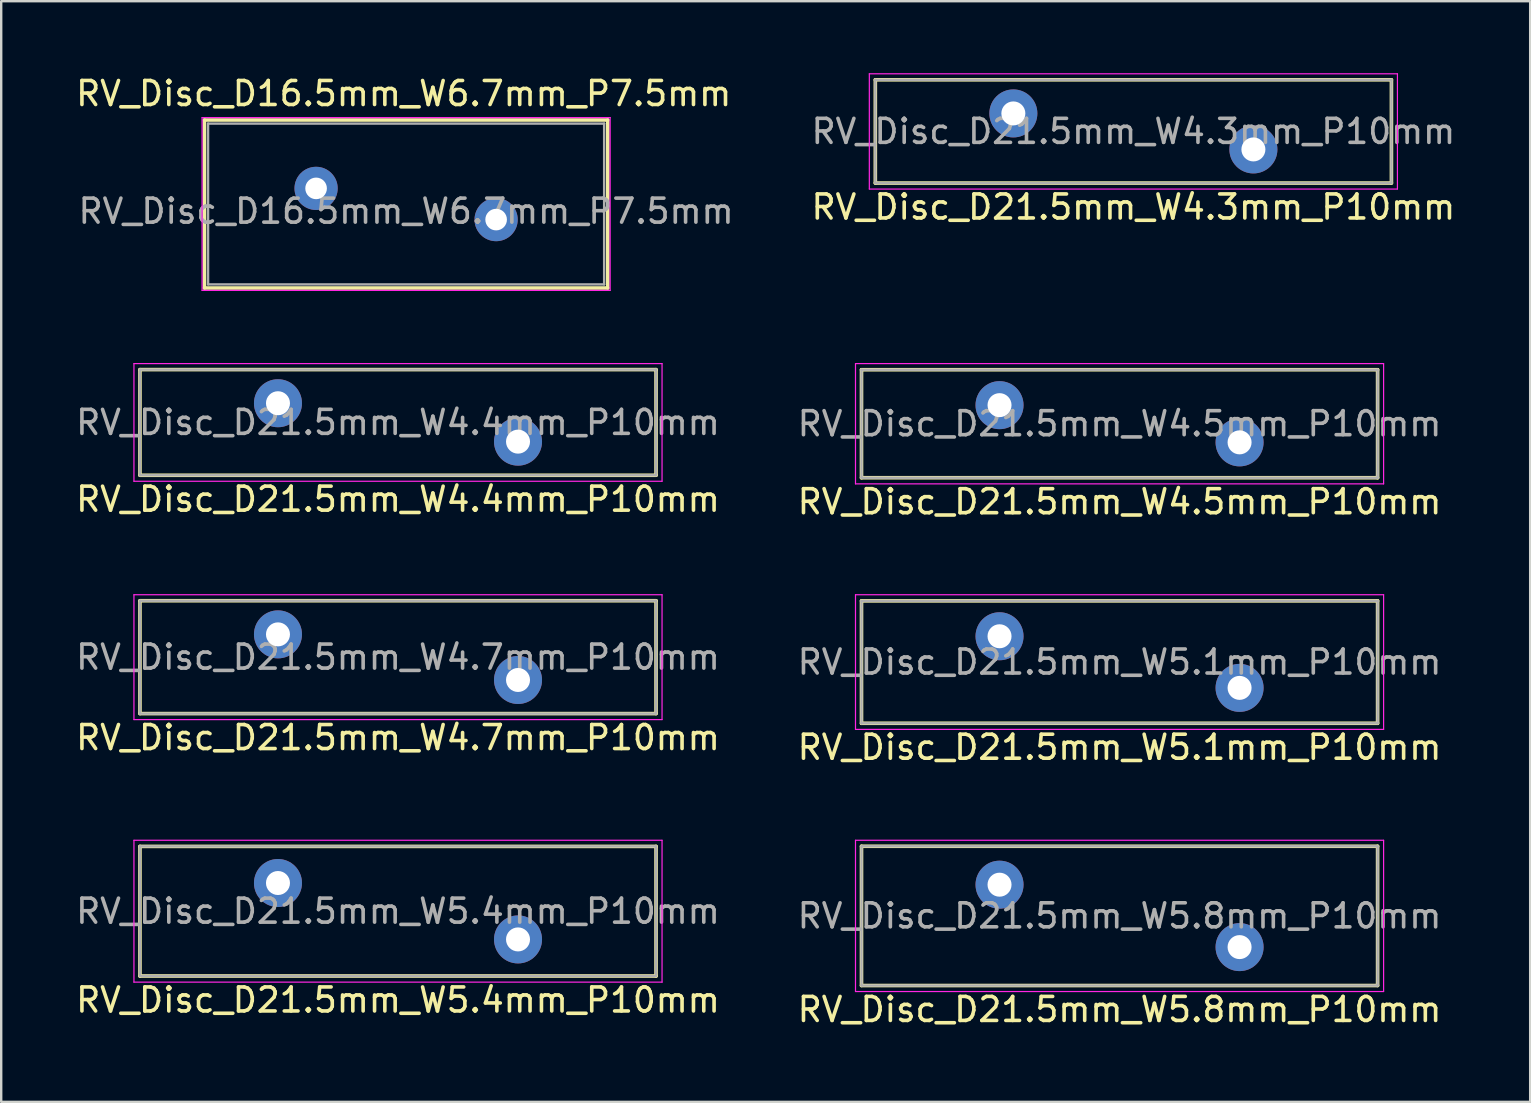
<source format=kicad_pcb>
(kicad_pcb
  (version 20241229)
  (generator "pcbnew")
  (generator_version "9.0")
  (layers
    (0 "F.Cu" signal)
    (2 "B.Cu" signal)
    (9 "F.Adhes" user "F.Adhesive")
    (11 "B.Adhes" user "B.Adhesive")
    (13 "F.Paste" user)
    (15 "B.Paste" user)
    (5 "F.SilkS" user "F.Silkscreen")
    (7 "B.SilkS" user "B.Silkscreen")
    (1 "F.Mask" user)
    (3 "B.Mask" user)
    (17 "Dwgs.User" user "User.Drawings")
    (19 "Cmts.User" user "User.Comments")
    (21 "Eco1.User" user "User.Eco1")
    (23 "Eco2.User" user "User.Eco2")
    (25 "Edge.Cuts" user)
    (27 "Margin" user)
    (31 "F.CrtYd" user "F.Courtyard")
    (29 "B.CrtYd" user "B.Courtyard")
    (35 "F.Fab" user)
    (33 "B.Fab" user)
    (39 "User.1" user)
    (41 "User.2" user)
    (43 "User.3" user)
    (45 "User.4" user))
  (footprint "RV_Disc_D21.5mm_W4.4mm_P10mm"
    (layer "F.Cu")
    (at 8.53 13.748)
    (property "Reference" "RV_Disc_D21.5mm_W4.4mm_P10mm" (at 5 4 0) (layer "F.SilkS") (effects (font (size 1 1) (thickness 0.15))))
    (attr through_hole)
    (fp_line (start -5.75 -1.4) (end -5.75 3) (stroke (width 0.15) (type solid)) (layer "F.SilkS"))
    (fp_line (start -5.75 -1.4) (end 15.75 -1.4) (stroke (width 0.15) (type solid)) (layer "F.SilkS"))
    (fp_line (start -5.75 3) (end 15.75 3) (stroke (width 0.15) (type solid)) (layer "F.SilkS"))
    (fp_line (start 15.75 -1.4) (end 15.75 3) (stroke (width 0.15) (type solid)) (layer "F.SilkS"))
    (fp_line (start -6 -1.65) (end -6 3.25) (stroke (width 0.05) (type solid)) (layer "F.CrtYd"))
    (fp_line (start -6 -1.65) (end 16 -1.65) (stroke (width 0.05) (type solid)) (layer "F.CrtYd"))
    (fp_line (start -6 3.25) (end 16 3.25) (stroke (width 0.05) (type solid)) (layer "F.CrtYd"))
    (fp_line (start 16 -1.65) (end 16 3.25) (stroke (width 0.05) (type solid)) (layer "F.CrtYd"))
    (fp_line (start -5.75 -1.4) (end -5.75 3) (stroke (width 0.1) (type solid)) (layer "F.Fab"))
    (fp_line (start -5.75 -1.4) (end 15.75 -1.4) (stroke (width 0.1) (type solid)) (layer "F.Fab"))
    (fp_line (start -5.75 3) (end 15.75 3) (stroke (width 0.1) (type solid)) (layer "F.Fab"))
    (fp_line (start 15.75 -1.4) (end 15.75 3) (stroke (width 0.1) (type solid)) (layer "F.Fab"))
    (fp_text user "${REFERENCE}" (at 5 0.8 0) (layer "F.Fab") (effects (font (size 1 1) (thickness 0.15))))
    (pad "1" thru_hole circle (at 0 0) (size 2 2) (drill 1) (layers "*.Cu" "*.Mask"))
    (pad "2" thru_hole circle (at 10 1.6) (size 2 2) (drill 1) (layers "*.Cu" "*.Mask")))
  (footprint "RV_Disc_D21.5mm_W5.8mm_P10mm"
    (layer "F.Cu")
    (at 38.589 33.805)
    (property "Reference" "RV_Disc_D21.5mm_W5.8mm_P10mm" (at 5 5.2 0) (layer "F.SilkS") (effects (font (size 1 1) (thickness 0.15))))
    (attr through_hole)
    (fp_line (start -5.75 -1.6) (end -5.75 4.2) (stroke (width 0.15) (type solid)) (layer "F.SilkS"))
    (fp_line (start -5.75 -1.6) (end 15.75 -1.6) (stroke (width 0.15) (type solid)) (layer "F.SilkS"))
    (fp_line (start -5.75 4.2) (end 15.75 4.2) (stroke (width 0.15) (type solid)) (layer "F.SilkS"))
    (fp_line (start 15.75 -1.6) (end 15.75 4.2) (stroke (width 0.15) (type solid)) (layer "F.SilkS"))
    (fp_line (start -6 -1.85) (end -6 4.45) (stroke (width 0.05) (type solid)) (layer "F.CrtYd"))
    (fp_line (start -6 -1.85) (end 16 -1.85) (stroke (width 0.05) (type solid)) (layer "F.CrtYd"))
    (fp_line (start -6 4.45) (end 16 4.45) (stroke (width 0.05) (type solid)) (layer "F.CrtYd"))
    (fp_line (start 16 -1.85) (end 16 4.45) (stroke (width 0.05) (type solid)) (layer "F.CrtYd"))
    (fp_line (start -5.75 -1.6) (end -5.75 4.2) (stroke (width 0.1) (type solid)) (layer "F.Fab"))
    (fp_line (start -5.75 -1.6) (end 15.75 -1.6) (stroke (width 0.1) (type solid)) (layer "F.Fab"))
    (fp_line (start -5.75 4.2) (end 15.75 4.2) (stroke (width 0.1) (type solid)) (layer "F.Fab"))
    (fp_line (start 15.75 -1.6) (end 15.75 4.2) (stroke (width 0.1) (type solid)) (layer "F.Fab"))
    (fp_text user "${REFERENCE}" (at 5 1.3 0) (layer "F.Fab") (effects (font (size 1 1) (thickness 0.15))))
    (pad "1" thru_hole circle (at 0 0) (size 2 2) (drill 1) (layers "*.Cu" "*.Mask"))
    (pad "2" thru_hole circle (at 10 2.6) (size 2 2) (drill 1) (layers "*.Cu" "*.Mask")))
  (footprint "RV_Disc_D21.5mm_W5.4mm_P10mm"
    (layer "F.Cu")
    (at 8.53 33.735)
    (property "Reference" "RV_Disc_D21.5mm_W5.4mm_P10mm" (at 5 4.875 0) (layer "F.SilkS") (effects (font (size 1 1) (thickness 0.15))))
    (attr through_hole)
    (fp_line (start -5.75 -1.525) (end -5.75 3.875) (stroke (width 0.15) (type solid)) (layer "F.SilkS"))
    (fp_line (start -5.75 -1.525) (end 15.75 -1.525) (stroke (width 0.15) (type solid)) (layer "F.SilkS"))
    (fp_line (start -5.75 3.875) (end 15.75 3.875) (stroke (width 0.15) (type solid)) (layer "F.SilkS"))
    (fp_line (start 15.75 -1.525) (end 15.75 3.875) (stroke (width 0.15) (type solid)) (layer "F.SilkS"))
    (fp_line (start -6 -1.78) (end -6 4.13) (stroke (width 0.05) (type solid)) (layer "F.CrtYd"))
    (fp_line (start -6 -1.78) (end 16 -1.78) (stroke (width 0.05) (type solid)) (layer "F.CrtYd"))
    (fp_line (start -6 4.13) (end 16 4.13) (stroke (width 0.05) (type solid)) (layer "F.CrtYd"))
    (fp_line (start 16 -1.78) (end 16 4.13) (stroke (width 0.05) (type solid)) (layer "F.CrtYd"))
    (fp_line (start -5.75 -1.525) (end -5.75 3.875) (stroke (width 0.1) (type solid)) (layer "F.Fab"))
    (fp_line (start -5.75 -1.525) (end 15.75 -1.525) (stroke (width 0.1) (type solid)) (layer "F.Fab"))
    (fp_line (start -5.75 3.875) (end 15.75 3.875) (stroke (width 0.1) (type solid)) (layer "F.Fab"))
    (fp_line (start 15.75 -1.525) (end 15.75 3.875) (stroke (width 0.1) (type solid)) (layer "F.Fab"))
    (fp_text user "${REFERENCE}" (at 5 1.175 0) (layer "F.Fab") (effects (font (size 1 1) (thickness 0.15))))
    (pad "1" thru_hole circle (at 0 0) (size 2 2) (drill 1) (layers "*.Cu" "*.Mask"))
    (pad "2" thru_hole circle (at 10 2.35) (size 2 2) (drill 1) (layers "*.Cu" "*.Mask")))
  (footprint "RV_Disc_D21.5mm_W5.1mm_P10mm"
    (layer "F.Cu")
    (at 38.589 23.456)
    (property "Reference" "RV_Disc_D21.5mm_W5.1mm_P10mm" (at 5 4.625 0) (layer "F.SilkS") (effects (font (size 1 1) (thickness 0.15))))
    (attr through_hole)
    (fp_line (start -5.75 -1.475) (end -5.75 3.625) (stroke (width 0.15) (type solid)) (layer "F.SilkS"))
    (fp_line (start -5.75 -1.475) (end 15.75 -1.475) (stroke (width 0.15) (type solid)) (layer "F.SilkS"))
    (fp_line (start -5.75 3.625) (end 15.75 3.625) (stroke (width 0.15) (type solid)) (layer "F.SilkS"))
    (fp_line (start 15.75 -1.475) (end 15.75 3.625) (stroke (width 0.15) (type solid)) (layer "F.SilkS"))
    (fp_line (start -6 -1.73) (end -6 3.88) (stroke (width 0.05) (type solid)) (layer "F.CrtYd"))
    (fp_line (start -6 -1.73) (end 16 -1.73) (stroke (width 0.05) (type solid)) (layer "F.CrtYd"))
    (fp_line (start -6 3.88) (end 16 3.88) (stroke (width 0.05) (type solid)) (layer "F.CrtYd"))
    (fp_line (start 16 -1.73) (end 16 3.88) (stroke (width 0.05) (type solid)) (layer "F.CrtYd"))
    (fp_line (start -5.75 -1.475) (end -5.75 3.625) (stroke (width 0.1) (type solid)) (layer "F.Fab"))
    (fp_line (start -5.75 -1.475) (end 15.75 -1.475) (stroke (width 0.1) (type solid)) (layer "F.Fab"))
    (fp_line (start -5.75 3.625) (end 15.75 3.625) (stroke (width 0.1) (type solid)) (layer "F.Fab"))
    (fp_line (start 15.75 -1.475) (end 15.75 3.625) (stroke (width 0.1) (type solid)) (layer "F.Fab"))
    (fp_text user "${REFERENCE}" (at 5 1.075 0) (layer "F.Fab") (effects (font (size 1 1) (thickness 0.15))))
    (pad "1" thru_hole circle (at 0 0) (size 2 2) (drill 1) (layers "*.Cu" "*.Mask"))
    (pad "2" thru_hole circle (at 10 2.15) (size 2 2) (drill 1) (layers "*.Cu" "*.Mask")))
  (footprint "RV_Disc_D21.5mm_W4.5mm_P10mm"
    (layer "F.Cu")
    (at 38.589 13.828)
    (property "Reference" "RV_Disc_D21.5mm_W4.5mm_P10mm" (at 5 4.025 0) (layer "F.SilkS") (effects (font (size 1 1) (thickness 0.15))))
    (attr through_hole)
    (fp_line (start -5.75 -1.475) (end -5.75 3.025) (stroke (width 0.15) (type solid)) (layer "F.SilkS"))
    (fp_line (start -5.75 -1.475) (end 15.75 -1.475) (stroke (width 0.15) (type solid)) (layer "F.SilkS"))
    (fp_line (start -5.75 3.025) (end 15.75 3.025) (stroke (width 0.15) (type solid)) (layer "F.SilkS"))
    (fp_line (start 15.75 -1.475) (end 15.75 3.025) (stroke (width 0.15) (type solid)) (layer "F.SilkS"))
    (fp_line (start -6 -1.73) (end -6 3.28) (stroke (width 0.05) (type solid)) (layer "F.CrtYd"))
    (fp_line (start -6 -1.73) (end 16 -1.73) (stroke (width 0.05) (type solid)) (layer "F.CrtYd"))
    (fp_line (start -6 3.28) (end 16 3.28) (stroke (width 0.05) (type solid)) (layer "F.CrtYd"))
    (fp_line (start 16 -1.73) (end 16 3.28) (stroke (width 0.05) (type solid)) (layer "F.CrtYd"))
    (fp_line (start -5.75 -1.475) (end -5.75 3.025) (stroke (width 0.1) (type solid)) (layer "F.Fab"))
    (fp_line (start -5.75 -1.475) (end 15.75 -1.475) (stroke (width 0.1) (type solid)) (layer "F.Fab"))
    (fp_line (start -5.75 3.025) (end 15.75 3.025) (stroke (width 0.1) (type solid)) (layer "F.Fab"))
    (fp_line (start 15.75 -1.475) (end 15.75 3.025) (stroke (width 0.1) (type solid)) (layer "F.Fab"))
    (fp_text user "${REFERENCE}" (at 5 0.775 0) (layer "F.Fab") (effects (font (size 1 1) (thickness 0.15))))
    (pad "1" thru_hole circle (at 0 0) (size 2 2) (drill 1) (layers "*.Cu" "*.Mask"))
    (pad "2" thru_hole circle (at 10 1.55) (size 2 2) (drill 1) (layers "*.Cu" "*.Mask")))
  (footprint "RV_Disc_D21.5mm_W4.7mm_P10mm"
    (layer "F.Cu")
    (at 8.53 23.377)
    (property "Reference" "RV_Disc_D21.5mm_W4.7mm_P10mm" (at 5 4.3 0) (layer "F.SilkS") (effects (font (size 1 1) (thickness 0.15))))
    (attr through_hole)
    (fp_line (start -5.75 -1.4) (end -5.75 3.3) (stroke (width 0.15) (type solid)) (layer "F.SilkS"))
    (fp_line (start -5.75 -1.4) (end 15.75 -1.4) (stroke (width 0.15) (type solid)) (layer "F.SilkS"))
    (fp_line (start -5.75 3.3) (end 15.75 3.3) (stroke (width 0.15) (type solid)) (layer "F.SilkS"))
    (fp_line (start 15.75 -1.4) (end 15.75 3.3) (stroke (width 0.15) (type solid)) (layer "F.SilkS"))
    (fp_line (start -6 -1.65) (end -6 3.55) (stroke (width 0.05) (type solid)) (layer "F.CrtYd"))
    (fp_line (start -6 -1.65) (end 16 -1.65) (stroke (width 0.05) (type solid)) (layer "F.CrtYd"))
    (fp_line (start -6 3.55) (end 16 3.55) (stroke (width 0.05) (type solid)) (layer "F.CrtYd"))
    (fp_line (start 16 -1.65) (end 16 3.55) (stroke (width 0.05) (type solid)) (layer "F.CrtYd"))
    (fp_line (start -5.75 -1.4) (end -5.75 3.3) (stroke (width 0.1) (type solid)) (layer "F.Fab"))
    (fp_line (start -5.75 -1.4) (end 15.75 -1.4) (stroke (width 0.1) (type solid)) (layer "F.Fab"))
    (fp_line (start -5.75 3.3) (end 15.75 3.3) (stroke (width 0.1) (type solid)) (layer "F.Fab"))
    (fp_line (start 15.75 -1.4) (end 15.75 3.3) (stroke (width 0.1) (type solid)) (layer "F.Fab"))
    (fp_text user "${REFERENCE}" (at 5 0.95 0) (layer "F.Fab") (effects (font (size 1 1) (thickness 0.15))))
    (pad "1" thru_hole circle (at 0 0) (size 2 2) (drill 1) (layers "*.Cu" "*.Mask"))
    (pad "2" thru_hole circle (at 10 1.9) (size 2 2) (drill 1) (layers "*.Cu" "*.Mask")))
  (footprint "RV_Disc_D16.5mm_W6.7mm_P7.5mm"
    (layer "F.Cu")
    (at 10.118 4.798)
    (property "Reference" "RV_Disc_D16.5mm_W6.7mm_P7.5mm" (at 3.65 -3.95 0) (layer "F.SilkS") (effects (font (size 1 1) (thickness 0.15))))
    (attr through_hole)
    (fp_line (start -4.65 -2.85) (end -4.65 4.15) (stroke (width 0.15) (type solid)) (layer "F.SilkS"))
    (fp_line (start -4.65 -2.85) (end 12.15 -2.85) (stroke (width 0.15) (type solid)) (layer "F.SilkS"))
    (fp_line (start -4.65 4.15) (end 12.15 4.15) (stroke (width 0.15) (type solid)) (layer "F.SilkS"))
    (fp_line (start 12.15 -2.85) (end 12.15 4.15) (stroke (width 0.15) (type solid)) (layer "F.SilkS"))
    (fp_line (start -4.75 -2.95) (end -4.75 4.25) (stroke (width 0.05) (type solid)) (layer "F.CrtYd"))
    (fp_line (start -4.75 -2.95) (end 12.25 -2.95) (stroke (width 0.05) (type solid)) (layer "F.CrtYd"))
    (fp_line (start -4.75 4.25) (end 12.25 4.25) (stroke (width 0.05) (type solid)) (layer "F.CrtYd"))
    (fp_line (start 12.25 -2.95) (end 12.25 4.25) (stroke (width 0.05) (type solid)) (layer "F.CrtYd"))
    (fp_line (start -4.5 -2.7) (end -4.5 4) (stroke (width 0.1) (type solid)) (layer "F.Fab"))
    (fp_line (start -4.5 -2.7) (end 12 -2.7) (stroke (width 0.1) (type solid)) (layer "F.Fab"))
    (fp_line (start -4.5 4) (end 12 4) (stroke (width 0.1) (type solid)) (layer "F.Fab"))
    (fp_line (start 12 -2.7) (end 12 4) (stroke (width 0.1) (type solid)) (layer "F.Fab"))
    (fp_text user "${REFERENCE}" (at 3.75 0.95 0) (layer "F.Fab") (effects (font (size 1 1) (thickness 0.15))))
    (pad "1" thru_hole circle (at 0 0) (size 1.8 1.8) (drill 0.9) (layers "*.Cu" "*.Mask"))
    (pad "2" thru_hole circle (at 7.5 1.3) (size 1.8 1.8) (drill 0.9) (layers "*.Cu" "*.Mask")))
  (footprint "RV_Disc_D21.5mm_W4.3mm_P10mm"
    (layer "F.Cu")
    (at 39.165 1.675)
    (property "Reference" "RV_Disc_D21.5mm_W4.3mm_P10mm" (at 5 3.9 0) (layer "F.SilkS") (effects (font (size 1 1) (thickness 0.15))))
    (attr through_hole)
    (fp_line (start -5.75 -1.4) (end -5.75 2.9) (stroke (width 0.15) (type solid)) (layer "F.SilkS"))
    (fp_line (start -5.75 -1.4) (end 15.75 -1.4) (stroke (width 0.15) (type solid)) (layer "F.SilkS"))
    (fp_line (start -5.75 2.9) (end 15.75 2.9) (stroke (width 0.15) (type solid)) (layer "F.SilkS"))
    (fp_line (start 15.75 -1.4) (end 15.75 2.9) (stroke (width 0.15) (type solid)) (layer "F.SilkS"))
    (fp_line (start -6 -1.65) (end -6 3.15) (stroke (width 0.05) (type solid)) (layer "F.CrtYd"))
    (fp_line (start -6 -1.65) (end 16 -1.65) (stroke (width 0.05) (type solid)) (layer "F.CrtYd"))
    (fp_line (start -6 3.15) (end 16 3.15) (stroke (width 0.05) (type solid)) (layer "F.CrtYd"))
    (fp_line (start 16 -1.65) (end 16 3.15) (stroke (width 0.05) (type solid)) (layer "F.CrtYd"))
    (fp_line (start -5.75 -1.4) (end -5.75 2.9) (stroke (width 0.1) (type solid)) (layer "F.Fab"))
    (fp_line (start -5.75 -1.4) (end 15.75 -1.4) (stroke (width 0.1) (type solid)) (layer "F.Fab"))
    (fp_line (start -5.75 2.9) (end 15.75 2.9) (stroke (width 0.1) (type solid)) (layer "F.Fab"))
    (fp_line (start 15.75 -1.4) (end 15.75 2.9) (stroke (width 0.1) (type solid)) (layer "F.Fab"))
    (fp_text user "${REFERENCE}" (at 5 0.75 0) (layer "F.Fab") (effects (font (size 1 1) (thickness 0.15))))
    (pad "1" thru_hole circle (at 0 0) (size 2 2) (drill 1) (layers "*.Cu" "*.Mask"))
    (pad "2" thru_hole circle (at 10 1.5) (size 2 2) (drill 1) (layers "*.Cu" "*.Mask")))
  (gr_rect
    (start -3 -3)
    (end 60.695 42.853)
    (stroke (width 0.1) (type default))
    (fill no)
    (layer "Edge.Cuts")))
</source>
